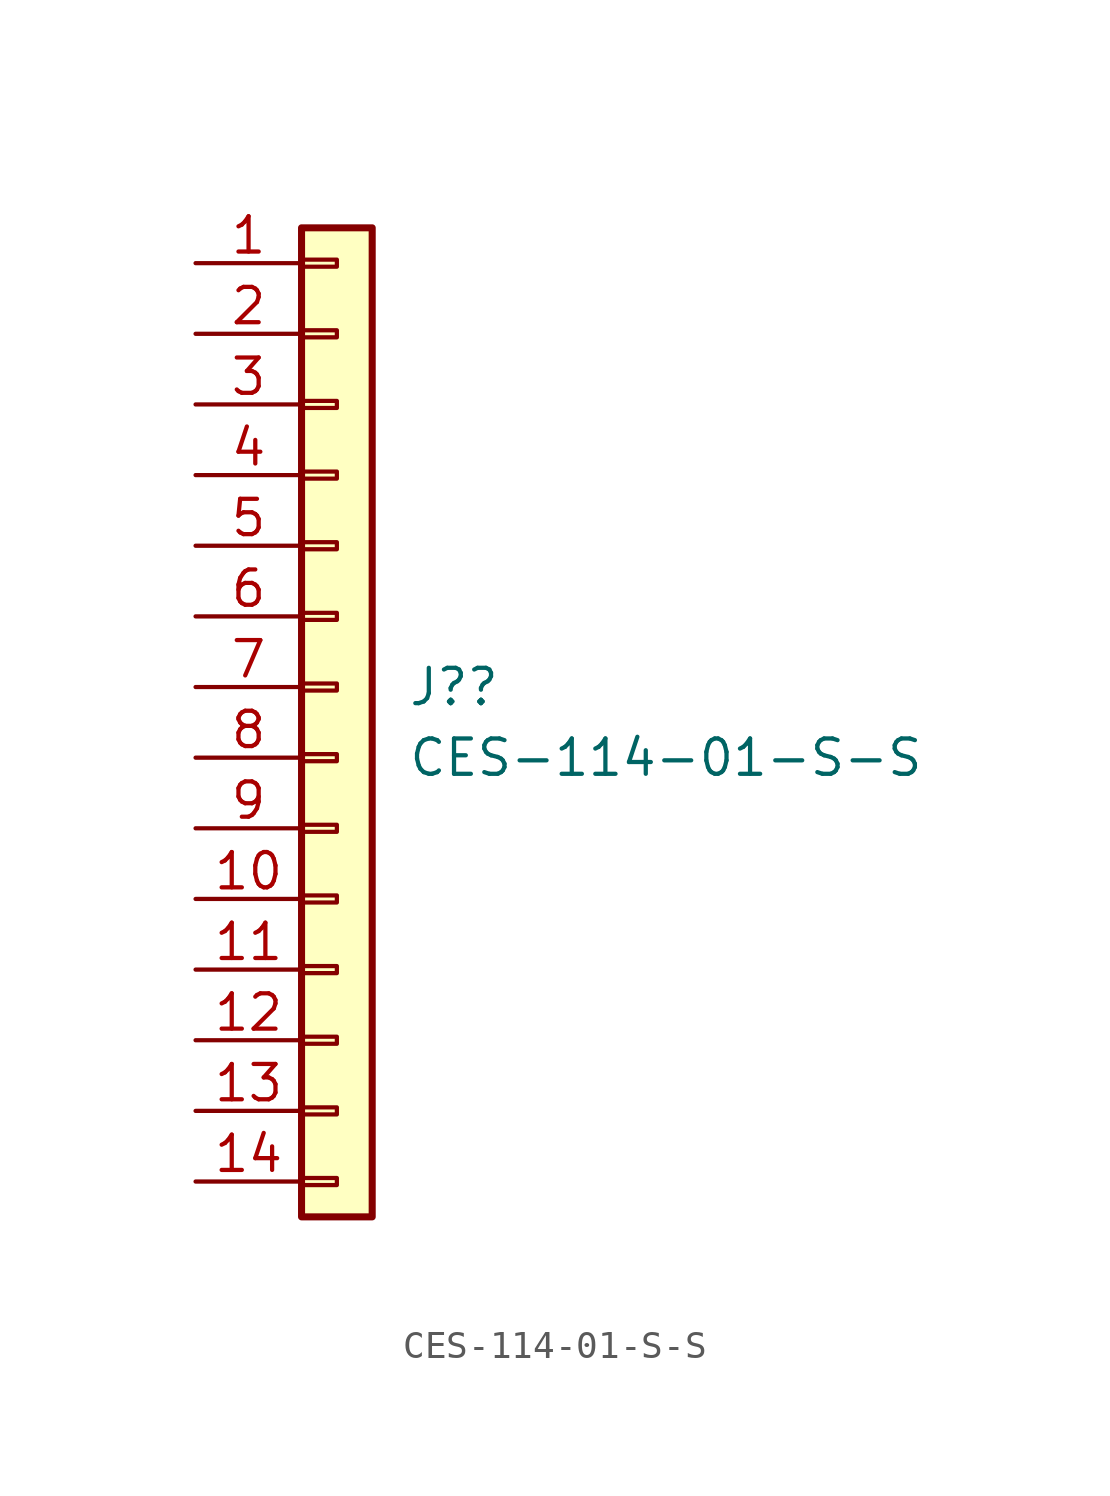
<source format=kicad_sym>
(kicad_symbol_lib
  (version 20220914)
  (generator kicad_symbol_editor)
  (symbol "CES-114-01-S-S"
    (pin_names
      (offset 1.016) hide)
    (property "Reference" "J?"
      (at 2.54 0 0)
      (effects (font (size 1.27 1.27)) (justify left)))
    (property "Value" "CES-114-01-S-S"
      (at 2.54 -2.54 0)
      (effects (font (size 1.27 1.27)) (justify left)))
    (symbol "CES-114-01-S-S_1_1"
      (rectangle (start -1.27 -17.653) (end 0 -17.907) (stroke (width 0.152) (type default)) (fill (type none)))
      (rectangle (start -1.27 -15.113) (end 0 -15.367) (stroke (width 0.152) (type default)) (fill (type none)))
      (rectangle (start -1.27 -12.573) (end 0 -12.827) (stroke (width 0.152) (type default)) (fill (type none)))
      (rectangle (start -1.27 -10.033) (end 0 -10.287) (stroke (width 0.152) (type default)) (fill (type none)))
      (rectangle (start -1.27 -7.493) (end 0 -7.747) (stroke (width 0.152) (type default)) (fill (type none)))
      (rectangle (start -1.27 -4.953) (end 0 -5.207) (stroke (width 0.152) (type default)) (fill (type none)))
      (rectangle (start -1.27 -2.413) (end 0 -2.667) (stroke (width 0.152) (type default)) (fill (type none)))
      (rectangle (start -1.27 0.127) (end 0 -0.127) (stroke (width 0.152) (type default)) (fill (type none)))
      (rectangle (start -1.27 2.667) (end 0 2.413) (stroke (width 0.152) (type default)) (fill (type none)))
      (rectangle (start -1.27 5.207) (end 0 4.953) (stroke (width 0.152) (type default)) (fill (type none)))
      (rectangle (start -1.27 7.747) (end 0 7.493) (stroke (width 0.152) (type default)) (fill (type none)))
      (rectangle (start -1.27 10.287) (end 0 10.033) (stroke (width 0.152) (type default)) (fill (type none)))
      (rectangle (start -1.27 12.827) (end 0 12.573) (stroke (width 0.152) (type default)) (fill (type none)))
      (rectangle (start -1.27 15.367) (end 0 15.113) (stroke (width 0.152) (type default)) (fill (type none)))
      (rectangle (start -1.27 16.51) (end 1.27 -19.05) (stroke (width 0.254) (type default)) (fill (type background)))
      (pin passive line (at -5.08 15.24 0) (length 3.81) (name "Pin_1" (effects (font (size 1.27 1.27)))) (number "1" (effects (font (size 1.27 1.27)))))
      (pin passive line (at -5.08 -7.62 0) (length 3.81) (name "Pin_10" (effects (font (size 1.27 1.27)))) (number "10" (effects (font (size 1.27 1.27)))))
      (pin passive line (at -5.08 -10.16 0) (length 3.81) (name "Pin_11" (effects (font (size 1.27 1.27)))) (number "11" (effects (font (size 1.27 1.27)))))
      (pin passive line (at -5.08 -12.7 0) (length 3.81) (name "Pin_12" (effects (font (size 1.27 1.27)))) (number "12" (effects (font (size 1.27 1.27)))))
      (pin passive line (at -5.08 -15.24 0) (length 3.81) (name "Pin_13" (effects (font (size 1.27 1.27)))) (number "13" (effects (font (size 1.27 1.27)))))
      (pin passive line (at -5.08 -17.78 0) (length 3.81) (name "Pin_14" (effects (font (size 1.27 1.27)))) (number "14" (effects (font (size 1.27 1.27)))))
      (pin passive line (at -5.08 12.7 0) (length 3.81) (name "Pin_2" (effects (font (size 1.27 1.27)))) (number "2" (effects (font (size 1.27 1.27)))))
      (pin passive line (at -5.08 10.16 0) (length 3.81) (name "Pin_3" (effects (font (size 1.27 1.27)))) (number "3" (effects (font (size 1.27 1.27)))))
      (pin passive line (at -5.08 7.62 0) (length 3.81) (name "Pin_4" (effects (font (size 1.27 1.27)))) (number "4" (effects (font (size 1.27 1.27)))))
      (pin passive line (at -5.08 5.08 0) (length 3.81) (name "Pin_5" (effects (font (size 1.27 1.27)))) (number "5" (effects (font (size 1.27 1.27)))))
      (pin passive line (at -5.08 2.54 0) (length 3.81) (name "Pin_6" (effects (font (size 1.27 1.27)))) (number "6" (effects (font (size 1.27 1.27)))))
      (pin passive line (at -5.08 0 0) (length 3.81) (name "Pin_7" (effects (font (size 1.27 1.27)))) (number "7" (effects (font (size 1.27 1.27)))))
      (pin passive line (at -5.08 -2.54 0) (length 3.81) (name "Pin_8" (effects (font (size 1.27 1.27)))) (number "8" (effects (font (size 1.27 1.27)))))
      (pin passive line (at -5.08 -5.08 0) (length 3.81) (name "Pin_9" (effects (font (size 1.27 1.27)))) (number "9" (effects (font (size 1.27 1.27))))))))
</source>
